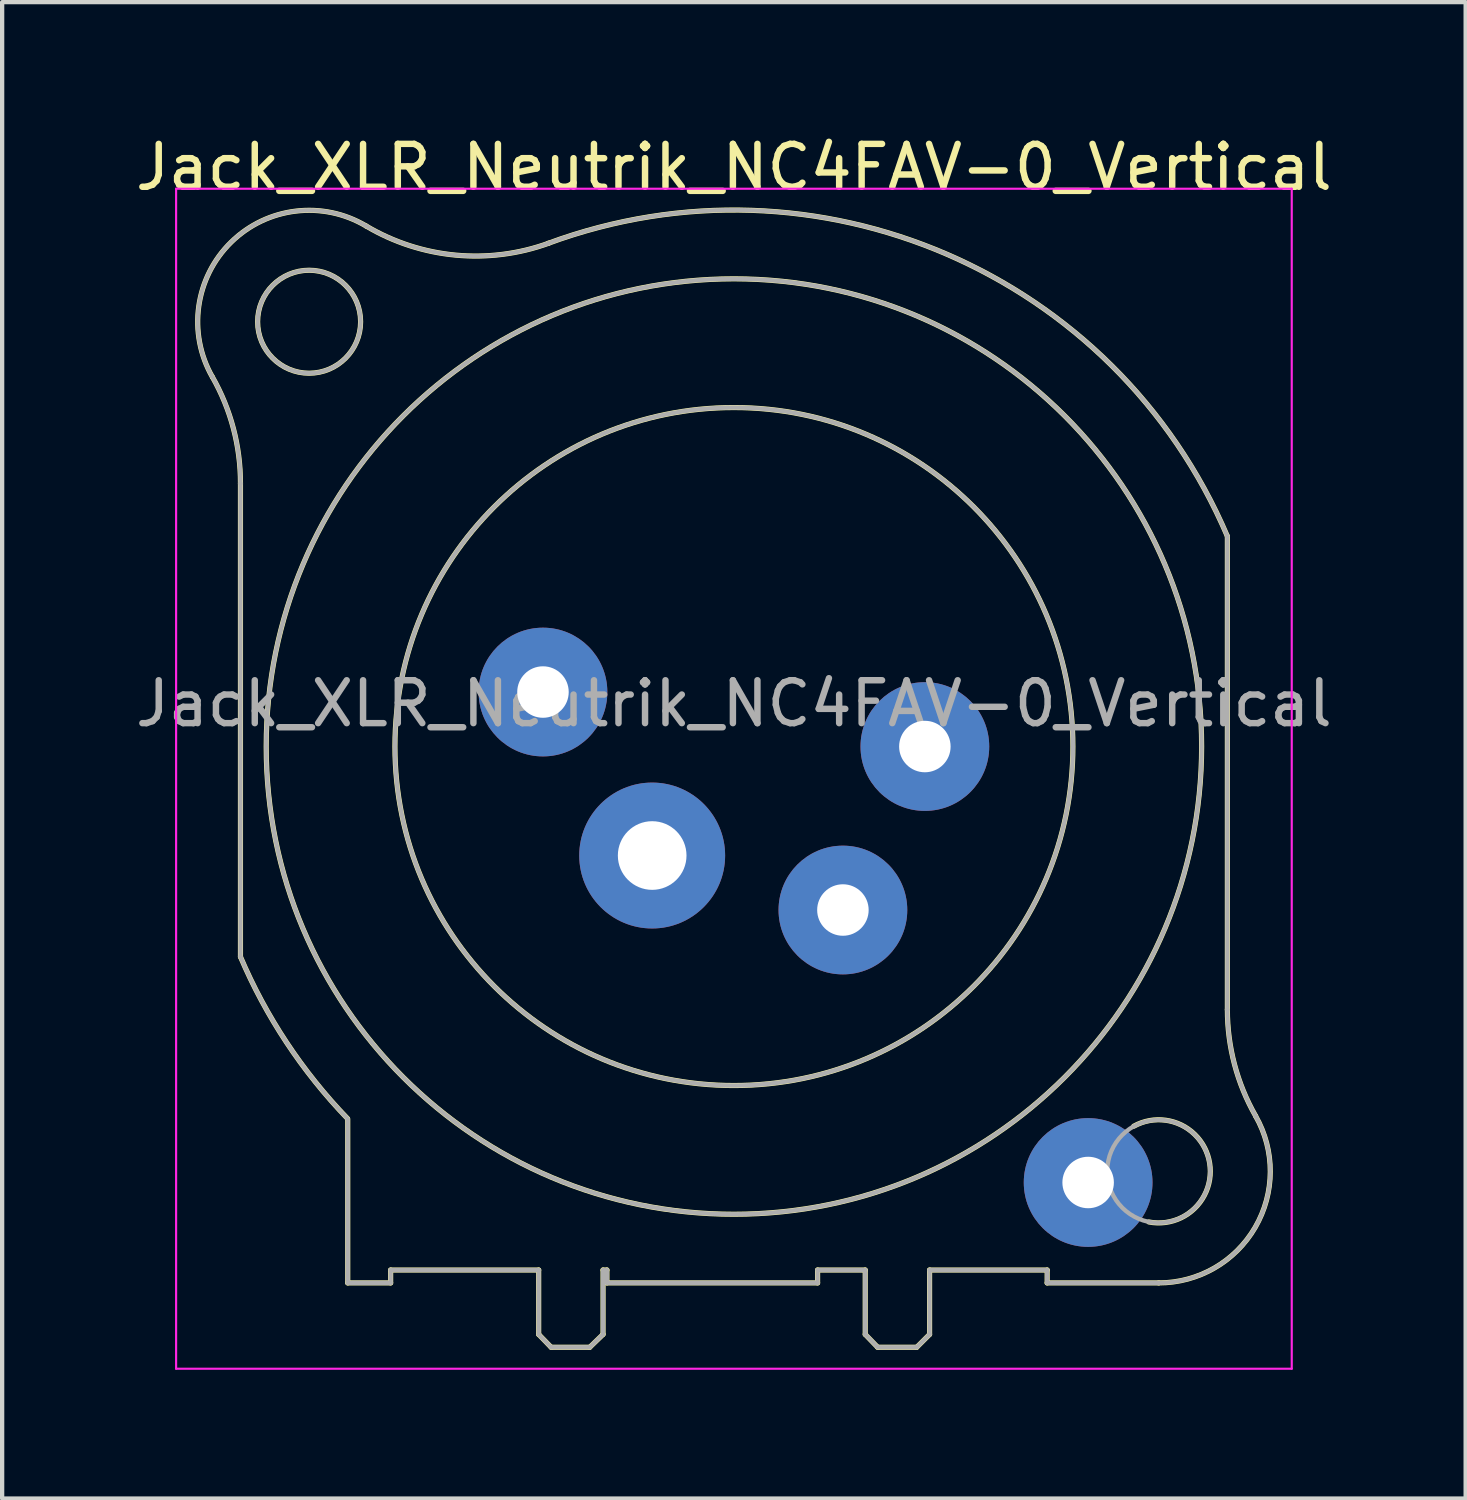
<source format=kicad_pcb>
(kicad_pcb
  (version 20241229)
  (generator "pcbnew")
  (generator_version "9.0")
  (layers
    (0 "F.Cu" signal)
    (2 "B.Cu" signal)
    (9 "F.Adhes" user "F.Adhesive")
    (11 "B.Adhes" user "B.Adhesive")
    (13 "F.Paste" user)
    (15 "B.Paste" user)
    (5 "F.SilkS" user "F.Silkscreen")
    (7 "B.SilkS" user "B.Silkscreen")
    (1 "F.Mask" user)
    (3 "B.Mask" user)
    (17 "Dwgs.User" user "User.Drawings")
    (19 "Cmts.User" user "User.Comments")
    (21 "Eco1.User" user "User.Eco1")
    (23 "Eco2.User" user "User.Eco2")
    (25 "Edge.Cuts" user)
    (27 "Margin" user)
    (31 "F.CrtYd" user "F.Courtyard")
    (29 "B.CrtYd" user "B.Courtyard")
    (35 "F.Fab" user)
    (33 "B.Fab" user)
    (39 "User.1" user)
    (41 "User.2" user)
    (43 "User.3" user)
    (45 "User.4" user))
  (footprint "Jack_XLR_Neutrik_NC4FAV-0_Vertical"
    (layer "F.Cu")
    (at 18.504 14.348)
    (property "Reference" "Jack_XLR_Neutrik_NC4FAV-0_Vertical" (at -4.45 -13.5 0) (layer "F.SilkS") (effects (font (size 1 1) (thickness 0.15))))
    (attr through_hole)
    (fp_line (start -15.95 -6.13) (end -15.95 4.9) (stroke (width 0.12) (type solid)) (layer "F.SilkS"))
    (fp_line (start -13.45 8.68) (end -13.45 12.5) (stroke (width 0.12) (type solid)) (layer "F.SilkS"))
    (fp_line (start -12.45 12.2) (end -12.45 12.5) (stroke (width 0.12) (type solid)) (layer "F.SilkS"))
    (fp_line (start -12.45 12.5) (end -13.45 12.5) (stroke (width 0.12) (type solid)) (layer "F.SilkS"))
    (fp_line (start -9 12.2) (end -12.45 12.2) (stroke (width 0.12) (type solid)) (layer "F.SilkS"))
    (fp_line (start -9 12.2) (end -9 13.7) (stroke (width 0.12) (type solid)) (layer "F.SilkS"))
    (fp_line (start -9 13.7) (end -8.71 14) (stroke (width 0.12) (type solid)) (layer "F.SilkS"))
    (fp_line (start -8.71 14) (end -7.81 14) (stroke (width 0.12) (type solid)) (layer "F.SilkS"))
    (fp_line (start -7.5 12.2) (end -7.5 13.7) (stroke (width 0.12) (type solid)) (layer "F.SilkS"))
    (fp_line (start -7.5 13.7) (end -7.81 14) (stroke (width 0.12) (type solid)) (layer "F.SilkS"))
    (fp_line (start -7.41 12.2) (end -7.5 12.2) (stroke (width 0.12) (type solid)) (layer "F.SilkS"))
    (fp_line (start -7.41 12.2) (end -7.41 12.5) (stroke (width 0.12) (type solid)) (layer "F.SilkS"))
    (fp_line (start -2.5 12.2) (end -2.5 12.5) (stroke (width 0.12) (type solid)) (layer "F.SilkS"))
    (fp_line (start -2.5 12.2) (end -1.39 12.2) (stroke (width 0.12) (type solid)) (layer "F.SilkS"))
    (fp_line (start -2.5 12.5) (end -7.41 12.5) (stroke (width 0.12) (type solid)) (layer "F.SilkS"))
    (fp_line (start -1.39 12.2) (end -1.39 13.7) (stroke (width 0.12) (type solid)) (layer "F.SilkS"))
    (fp_line (start -1.39 13.7) (end -1.1 14) (stroke (width 0.12) (type solid)) (layer "F.SilkS"))
    (fp_line (start -1.1 14) (end -0.19 14) (stroke (width 0.12) (type solid)) (layer "F.SilkS"))
    (fp_line (start 0.11 12.2) (end 0.11 13.7) (stroke (width 0.12) (type solid)) (layer "F.SilkS"))
    (fp_line (start 0.11 12.2) (end 2.85 12.2) (stroke (width 0.12) (type solid)) (layer "F.SilkS"))
    (fp_line (start 0.11 13.7) (end -0.19 14) (stroke (width 0.12) (type solid)) (layer "F.SilkS"))
    (fp_line (start 2.85 12.2) (end 2.85 12.5) (stroke (width 0.12) (type solid)) (layer "F.SilkS"))
    (fp_line (start 5.45 12.5) (end 2.85 12.5) (stroke (width 0.12) (type solid)) (layer "F.SilkS"))
    (fp_line (start 7.05 6.13) (end 7.05 -4.9) (stroke (width 0.12) (type solid)) (layer "F.SilkS"))
    (fp_arc (start -16.605678 -8.61403) (mid -16.167892 -11.753934) (end -13.02 -12.13) (stroke (width 0.12) (type solid)) (layer "F.SilkS"))
    (fp_arc (start -16.601888 -8.608607) (mid -16.114437 -7.411781) (end -15.95 -6.13) (stroke (width 0.12) (type solid)) (layer "F.SilkS"))
    (fp_arc (start -13.460471 8.664376) (mid -14.876528 6.89547) (end -15.95 4.9) (stroke (width 0.12) (type solid)) (layer "F.SilkS"))
    (fp_arc (start -8.782378 -11.725634) (mid 0.49884 -11.479067) (end 7.05 -4.9) (stroke (width 0.12) (type solid)) (layer "F.SilkS"))
    (fp_arc (start -8.765808 -11.730188) (mid -10.937772 -11.452682) (end -13.02 -12.13) (stroke (width 0.12) (type solid)) (layer "F.SilkS"))
    (fp_arc (start 4.867701 8.848226) (mid 6.637502 9.712546) (end 5.22 11.08) (stroke (width 0.12) (type solid)) (layer "F.SilkS"))
    (fp_arc (start 7.706842 8.607293) (mid 7.216999 7.411447) (end 7.05 6.13) (stroke (width 0.12) (type solid)) (layer "F.SilkS"))
    (fp_arc (start 7.708442 8.611807) (mid 7.698255 11.20589) (end 5.45 12.5) (stroke (width 0.12) (type solid)) (layer "F.SilkS"))
    (fp_circle (center -14.35 -9.9) (end -13.15 -9.9) (stroke (width 0.12) (type solid)) (fill no) (layer "F.SilkS"))
    (fp_circle (center -4.45 0) (end 3.45 0) (stroke (width 0.12) (type solid)) (fill no) (layer "F.SilkS"))
    (fp_circle (center -4.45 0) (end 6.45 0) (stroke (width 0.12) (type solid)) (fill no) (layer "F.SilkS"))
    (fp_line (start -17.45 -13) (end 8.55 -13) (stroke (width 0.05) (type solid)) (layer "F.CrtYd"))
    (fp_line (start -17.45 14.5) (end -17.45 -13) (stroke (width 0.05) (type solid)) (layer "F.CrtYd"))
    (fp_line (start 8.55 -13) (end 8.55 14.5) (stroke (width 0.05) (type solid)) (layer "F.CrtYd"))
    (fp_line (start 8.55 14.5) (end -17.45 14.5) (stroke (width 0.05) (type solid)) (layer "F.CrtYd"))
    (fp_line (start -15.95 -6.13) (end -15.95 4.9) (stroke (width 0.1) (type solid)) (layer "F.Fab"))
    (fp_line (start -13.45 8.68) (end -13.45 12.5) (stroke (width 0.1) (type solid)) (layer "F.Fab"))
    (fp_line (start -12.45 12.2) (end -12.45 12.5) (stroke (width 0.1) (type solid)) (layer "F.Fab"))
    (fp_line (start -12.45 12.5) (end -13.45 12.5) (stroke (width 0.1) (type solid)) (layer "F.Fab"))
    (fp_line (start -9 12.2) (end -12.45 12.2) (stroke (width 0.1) (type solid)) (layer "F.Fab"))
    (fp_line (start -9 12.2) (end -9 13.7) (stroke (width 0.1) (type solid)) (layer "F.Fab"))
    (fp_line (start -9 13.7) (end -8.71 14) (stroke (width 0.1) (type solid)) (layer "F.Fab"))
    (fp_line (start -8.71 14) (end -7.81 14) (stroke (width 0.1) (type solid)) (layer "F.Fab"))
    (fp_line (start -7.5 12.2) (end -7.5 13.7) (stroke (width 0.1) (type solid)) (layer "F.Fab"))
    (fp_line (start -7.5 13.7) (end -7.81 14) (stroke (width 0.1) (type solid)) (layer "F.Fab"))
    (fp_line (start -7.41 12.2) (end -7.5 12.2) (stroke (width 0.1) (type solid)) (layer "F.Fab"))
    (fp_line (start -7.41 12.2) (end -7.41 12.5) (stroke (width 0.1) (type solid)) (layer "F.Fab"))
    (fp_line (start -2.5 12.2) (end -2.5 12.5) (stroke (width 0.1) (type solid)) (layer "F.Fab"))
    (fp_line (start -2.5 12.2) (end -1.39 12.2) (stroke (width 0.1) (type solid)) (layer "F.Fab"))
    (fp_line (start -2.5 12.5) (end -7.41 12.5) (stroke (width 0.1) (type solid)) (layer "F.Fab"))
    (fp_line (start -1.39 12.2) (end -1.39 13.7) (stroke (width 0.1) (type solid)) (layer "F.Fab"))
    (fp_line (start -1.39 13.7) (end -1.1 14) (stroke (width 0.1) (type solid)) (layer "F.Fab"))
    (fp_line (start -1.1 14) (end -0.19 14) (stroke (width 0.1) (type solid)) (layer "F.Fab"))
    (fp_line (start 0.11 12.2) (end 0.11 13.7) (stroke (width 0.1) (type solid)) (layer "F.Fab"))
    (fp_line (start 0.11 12.2) (end 2.85 12.2) (stroke (width 0.1) (type solid)) (layer "F.Fab"))
    (fp_line (start 0.11 13.7) (end -0.19 14) (stroke (width 0.1) (type solid)) (layer "F.Fab"))
    (fp_line (start 2.85 12.2) (end 2.85 12.5) (stroke (width 0.1) (type solid)) (layer "F.Fab"))
    (fp_line (start 5.45 12.5) (end 2.85 12.5) (stroke (width 0.1) (type solid)) (layer "F.Fab"))
    (fp_line (start 7.05 6.13) (end 7.05 -4.9) (stroke (width 0.1) (type solid)) (layer "F.Fab"))
    (fp_arc (start -16.605678 -8.61403) (mid -16.167892 -11.753934) (end -13.02 -12.13) (stroke (width 0.1) (type solid)) (layer "F.Fab"))
    (fp_arc (start -16.601888 -8.608607) (mid -16.114437 -7.411781) (end -15.95 -6.13) (stroke (width 0.1) (type solid)) (layer "F.Fab"))
    (fp_arc (start -13.460471 8.664376) (mid -14.876528 6.89547) (end -15.95 4.9) (stroke (width 0.1) (type solid)) (layer "F.Fab"))
    (fp_arc (start -8.782378 -11.725634) (mid 0.49884 -11.479067) (end 7.05 -4.9) (stroke (width 0.1) (type solid)) (layer "F.Fab"))
    (fp_arc (start -8.765808 -11.730188) (mid -10.937772 -11.452682) (end -13.02 -12.13) (stroke (width 0.1) (type solid)) (layer "F.Fab"))
    (fp_arc (start 7.706842 8.607293) (mid 7.216999 7.411447) (end 7.05 6.13) (stroke (width 0.1) (type solid)) (layer "F.Fab"))
    (fp_arc (start 7.708442 8.611807) (mid 7.698255 11.20589) (end 5.45 12.5) (stroke (width 0.1) (type solid)) (layer "F.Fab"))
    (fp_circle (center -14.35 -9.9) (end -13.15 -9.9) (stroke (width 0.1) (type solid)) (fill no) (layer "F.Fab"))
    (fp_circle (center -4.45 0) (end 3.45 0) (stroke (width 0.1) (type solid)) (fill no) (layer "F.Fab"))
    (fp_circle (center -4.45 0) (end 6.45 0) (stroke (width 0.1) (type solid)) (fill no) (layer "F.Fab"))
    (fp_circle (center 5.45 9.9) (end 6.65 9.9) (stroke (width 0.1) (type solid)) (fill no) (layer "F.Fab"))
    (fp_text user "${REFERENCE}" (at -4.45 -1 0) (layer "F.Fab") (effects (font (size 1 1) (thickness 0.15))))
    (pad "1" thru_hole circle (at 0 0) (size 3 3) (drill 1.2) (layers "*.Cu" "*.Mask"))
    (pad "2" thru_hole circle (at -1.91 3.81) (size 3 3) (drill 1.2) (layers "*.Cu" "*.Mask"))
    (pad "3" thru_hole circle (at -6.355 2.54) (size 3.4 3.4) (drill 1.6) (layers "*.Cu" "*.Mask"))
    (pad "4" thru_hole circle (at -8.9 -1.27) (size 3 3) (drill 1.2) (layers "*.Cu" "*.Mask"))
    (pad "G" thru_hole circle (at 3.805 10.16) (size 3 3) (drill 1.2) (layers "*.Cu" "*.Mask")))
  (gr_rect
    (start -3 -3)
    (end 31.107 31.873)
    (stroke (width 0.1) (type default))
    (fill no)
    (layer "Edge.Cuts")))
</source>
